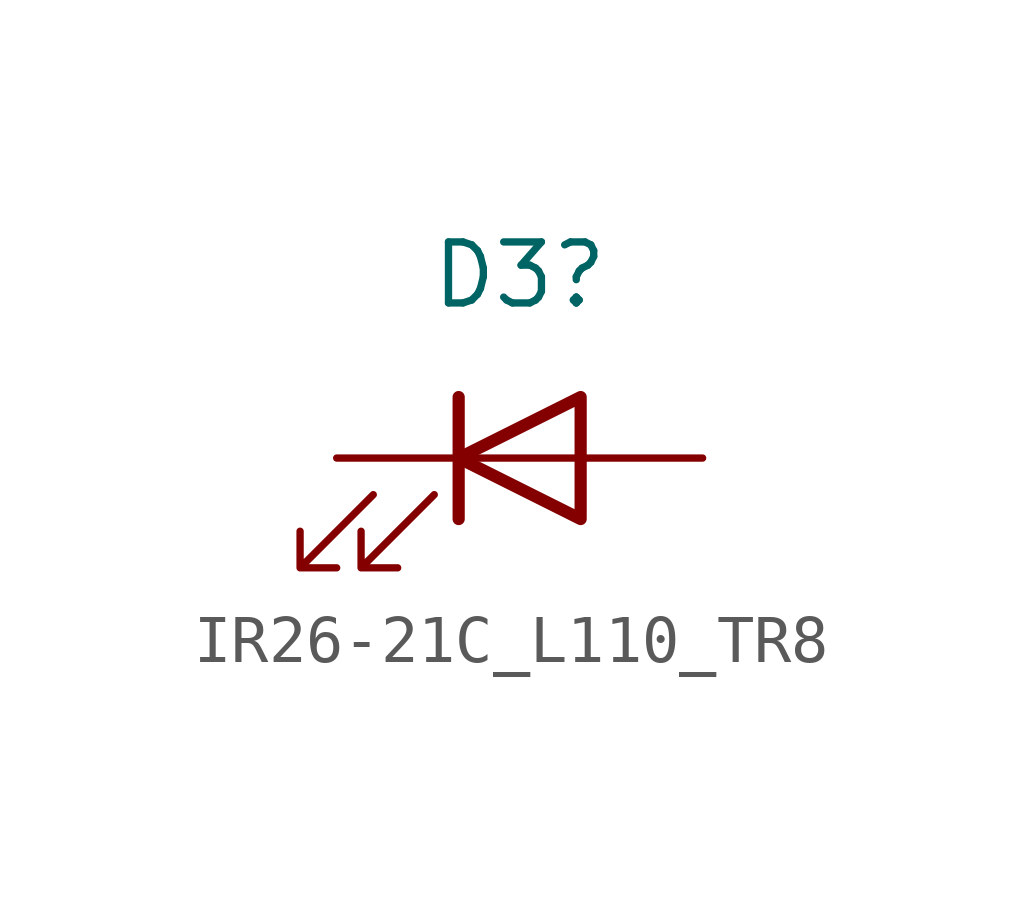
<source format=kicad_sym>
(kicad_symbol_lib
  (version 20220914)
  (generator kicad_symbol_editor)
  (symbol "IR26-21C_L110_TR8"
    (pin_numbers hide)
    (pin_names
      (offset 1.016) hide)
    (property "Reference" "D3"
      (at 0 3.81 0)
      (effects (font (size 1.27 1.27))))
    (symbol "IR26-21C_L110_TR8_0_1"
      (polyline (pts (xy -1.27 -1.27) (xy -1.27 1.27)) (stroke (width 0.254) (type default)) (fill (type none)))
      (polyline (pts (xy -1.27 0) (xy 1.27 0)) (stroke (width 0) (type default)) (fill (type none)))
      (polyline (pts (xy 1.27 -1.27) (xy 1.27 1.27) (xy -1.27 0) (xy 1.27 -1.27)) (stroke (width 0.254) (type default)) (fill (type none)))
      (polyline (pts (xy -3.048 -0.762) (xy -4.572 -2.286) (xy -3.81 -2.286) (xy -4.572 -2.286) (xy -4.572 -1.524)) (stroke (width 0) (type default)) (fill (type none)))
      (polyline (pts (xy -1.778 -0.762) (xy -3.302 -2.286) (xy -2.54 -2.286) (xy -3.302 -2.286) (xy -3.302 -1.524)) (stroke (width 0) (type default)) (fill (type none))))
    (symbol "IR26-21C_L110_TR8_1_1"
      (pin passive line (at 3.81 0 180) (length 2.54) (name "A" (effects (font (size 1.27 1.27)))) (number "1" (effects (font (size 1.27 1.27)))))
      (pin passive line (at -3.81 0 0) (length 2.54) (name "K" (effects (font (size 1.27 1.27)))) (number "2" (effects (font (size 1.27 1.27))))))))
</source>
